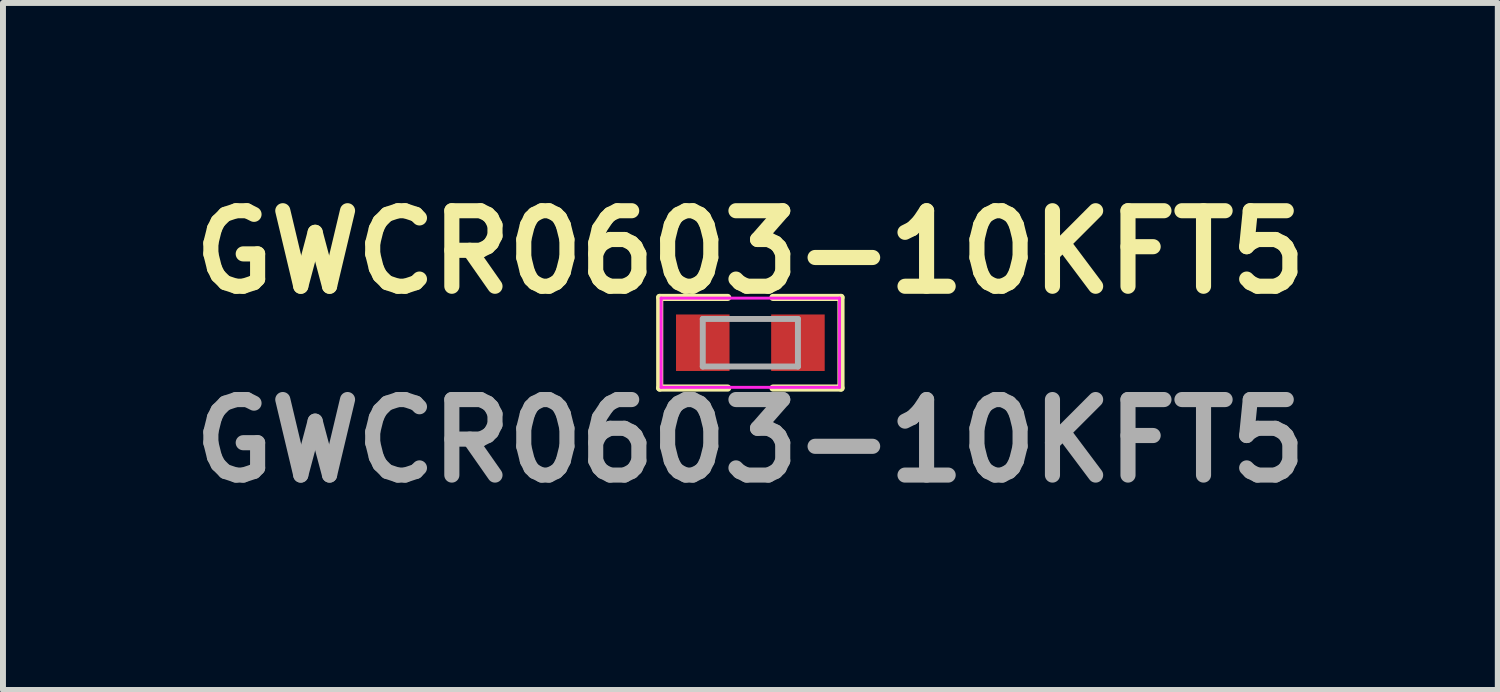
<source format=kicad_pcb>
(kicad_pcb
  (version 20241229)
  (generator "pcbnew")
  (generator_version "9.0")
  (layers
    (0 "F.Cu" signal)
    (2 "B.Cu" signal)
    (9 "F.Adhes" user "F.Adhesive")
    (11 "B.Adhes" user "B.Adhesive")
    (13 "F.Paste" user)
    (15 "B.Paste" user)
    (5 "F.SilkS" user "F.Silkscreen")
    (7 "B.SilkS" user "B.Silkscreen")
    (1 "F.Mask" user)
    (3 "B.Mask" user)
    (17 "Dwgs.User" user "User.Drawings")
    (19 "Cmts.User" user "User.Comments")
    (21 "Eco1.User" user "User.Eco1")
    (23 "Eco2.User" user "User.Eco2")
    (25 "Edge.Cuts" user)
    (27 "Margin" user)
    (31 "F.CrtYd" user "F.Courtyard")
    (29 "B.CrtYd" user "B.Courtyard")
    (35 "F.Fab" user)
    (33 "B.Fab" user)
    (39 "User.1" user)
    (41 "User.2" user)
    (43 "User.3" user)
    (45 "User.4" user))
  (footprint "GWCR0603-10KFT5"
    (layer "F.Cu")
    (at 9.567 2.713)
    (property "Reference" "GWCR0603-10KFT5" (at 0 -1.524 0) (layer "F.SilkS") (effects (font (size 1.27 1.27) (thickness 0.254))))
    (attr smd)
    (fp_line (start -1.524 -0.762) (end -1.524 0.762) (stroke (width 0.12) (type solid)) (layer "F.SilkS"))
    (fp_line (start -1.524 0.762) (end -0.381 0.762) (stroke (width 0.12) (type solid)) (layer "F.SilkS"))
    (fp_line (start -0.381 -0.762) (end -1.524 -0.762) (stroke (width 0.12) (type solid)) (layer "F.SilkS"))
    (fp_line (start 0.381 -0.762) (end 1.524 -0.762) (stroke (width 0.12) (type solid)) (layer "F.SilkS"))
    (fp_line (start 1.524 -0.762) (end 1.524 0.762) (stroke (width 0.12) (type solid)) (layer "F.SilkS"))
    (fp_line (start 1.524 0.762) (end 0.381 0.762) (stroke (width 0.12) (type solid)) (layer "F.SilkS"))
    (fp_line (start -1.5 -0.75) (end 1.5 -0.75) (stroke (width 0.05) (type solid)) (layer "F.CrtYd"))
    (fp_line (start -1.5 0.75) (end -1.5 -0.75) (stroke (width 0.05) (type solid)) (layer "F.CrtYd"))
    (fp_line (start 1.5 -0.75) (end 1.5 0.75) (stroke (width 0.05) (type solid)) (layer "F.CrtYd"))
    (fp_line (start 1.5 0.75) (end -1.5 0.75) (stroke (width 0.05) (type solid)) (layer "F.CrtYd"))
    (fp_line (start -0.8 -0.4) (end 0.8 -0.4) (stroke (width 0.1) (type solid)) (layer "F.Fab"))
    (fp_line (start -0.8 0.4) (end -0.8 -0.4) (stroke (width 0.1) (type solid)) (layer "F.Fab"))
    (fp_line (start 0.8 -0.4) (end 0.8 0.4) (stroke (width 0.1) (type solid)) (layer "F.Fab"))
    (fp_line (start 0.8 0.4) (end -0.8 0.4) (stroke (width 0.1) (type solid)) (layer "F.Fab"))
    (fp_text user "${REFERENCE}" (at 0 1.651 0) (layer "F.Fab") (effects (font (size 1.27 1.27) (thickness 0.254))))
    (pad "1" smd rect (at -0.8 0) (size 0.9 0.95) (layers "F.Cu" "F.Mask" "F.Paste"))
    (pad "2" smd rect (at 0.8 0) (size 0.9 0.95) (layers "F.Cu" "F.Mask" "F.Paste")))
  (gr_rect
    (start -3 -3)
    (end 22.135 8.552)
    (stroke (width 0.1) (type default))
    (fill no)
    (layer "Edge.Cuts")))
</source>
